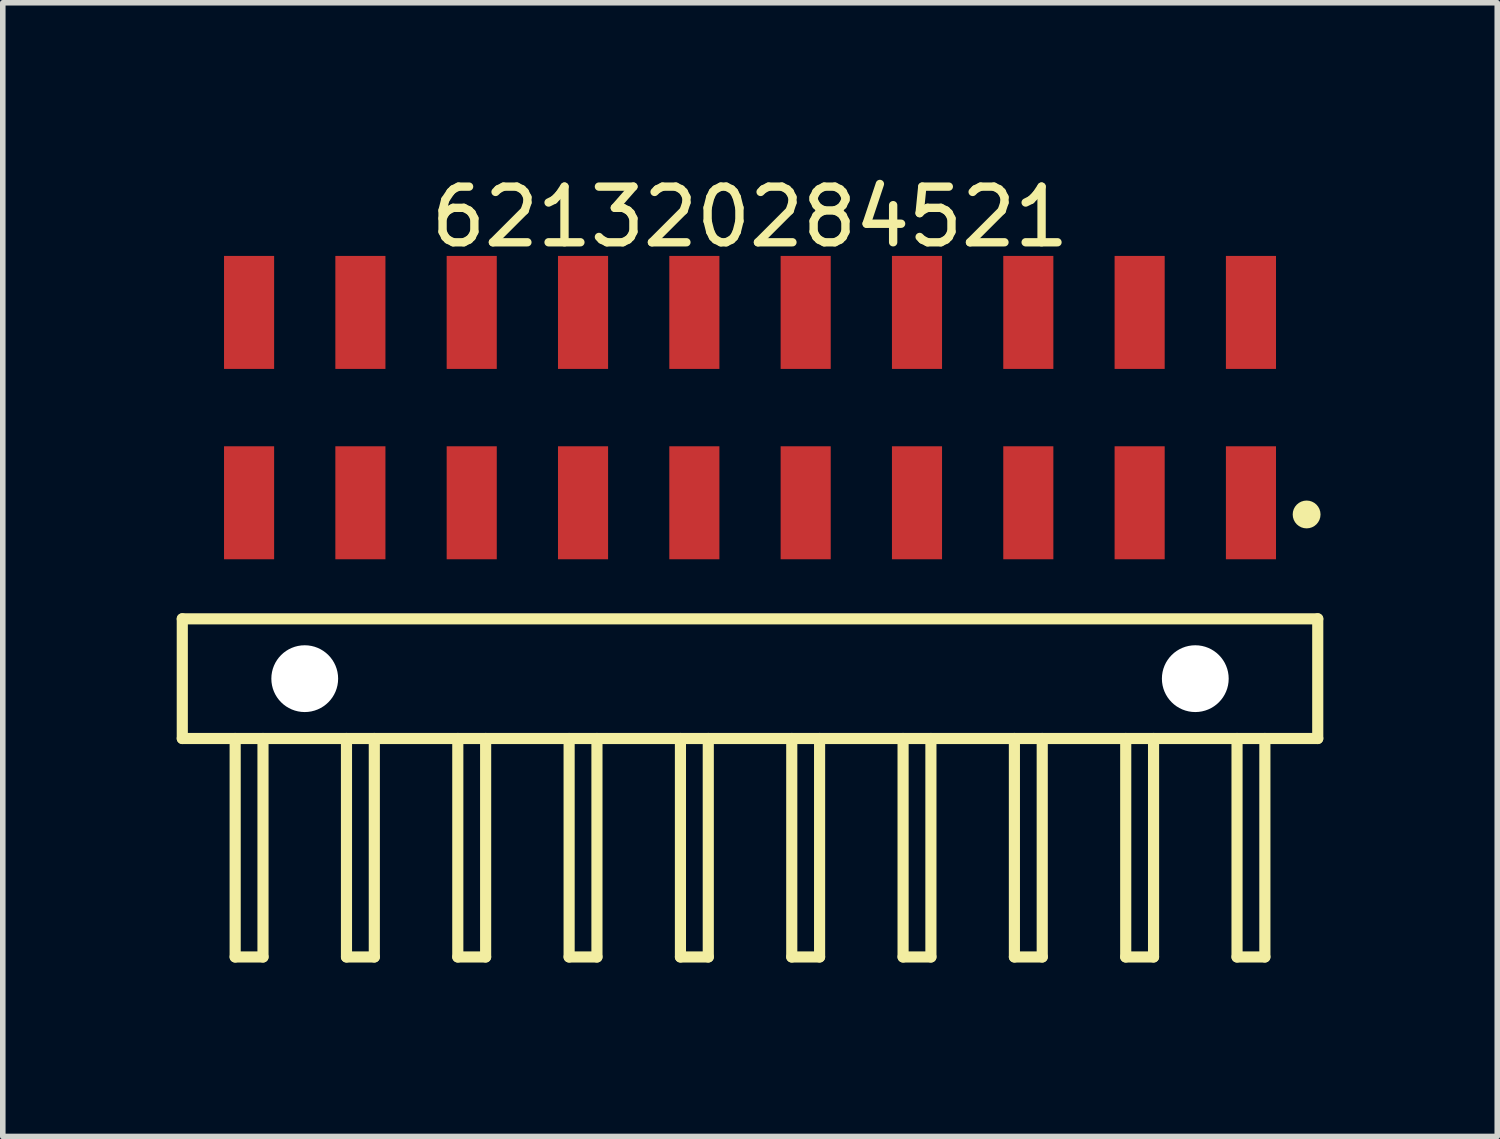
<source format=kicad_pcb>
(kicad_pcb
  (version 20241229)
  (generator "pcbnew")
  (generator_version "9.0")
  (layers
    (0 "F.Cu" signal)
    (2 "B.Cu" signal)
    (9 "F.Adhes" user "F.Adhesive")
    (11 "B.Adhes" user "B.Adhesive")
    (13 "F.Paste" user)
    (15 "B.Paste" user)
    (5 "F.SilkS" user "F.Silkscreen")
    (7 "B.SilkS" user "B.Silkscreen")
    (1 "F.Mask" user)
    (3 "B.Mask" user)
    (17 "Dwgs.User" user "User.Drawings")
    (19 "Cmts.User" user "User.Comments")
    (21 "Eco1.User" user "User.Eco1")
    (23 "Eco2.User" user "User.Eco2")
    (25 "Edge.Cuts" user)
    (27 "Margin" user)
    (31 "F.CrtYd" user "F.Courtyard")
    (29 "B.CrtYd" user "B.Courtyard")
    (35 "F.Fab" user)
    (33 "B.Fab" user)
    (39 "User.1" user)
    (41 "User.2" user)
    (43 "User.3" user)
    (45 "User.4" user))
  (footprint "621320284521"
    (layer "F.Cu")
    (at 10.425 9.143)
    (property "Reference" "621320284521" (at 0.000005 -8.295 0) (layer "F.SilkS") (effects (font (size 1 1) (thickness 0.15))))
    (fp_line (start -10.2 -1.075) (end 10.2 -1.075) (stroke (width 0.2) (type solid)) (layer "F.SilkS"))
    (fp_line (start -10.2 1.075) (end -10.2 -1.075) (stroke (width 0.2) (type solid)) (layer "F.SilkS"))
    (fp_line (start -10.2 1.075) (end 10.2 1.075) (stroke (width 0.2) (type solid)) (layer "F.SilkS"))
    (fp_line (start -9.25 5) (end -9.25 1.075) (stroke (width 0.2) (type solid)) (layer "F.SilkS"))
    (fp_line (start -9.25 5) (end -8.75 5) (stroke (width 0.2) (type solid)) (layer "F.SilkS"))
    (fp_line (start -8.75 5) (end -8.75 1.075) (stroke (width 0.2) (type solid)) (layer "F.SilkS"))
    (fp_line (start -7.25 5) (end -7.25 1.075) (stroke (width 0.2) (type solid)) (layer "F.SilkS"))
    (fp_line (start -7.25 5) (end -6.75 5) (stroke (width 0.2) (type solid)) (layer "F.SilkS"))
    (fp_line (start -6.75 5) (end -6.75 1.075) (stroke (width 0.2) (type solid)) (layer "F.SilkS"))
    (fp_line (start -5.25 5) (end -5.25 1.075) (stroke (width 0.2) (type solid)) (layer "F.SilkS"))
    (fp_line (start -5.25 5) (end -4.75 5) (stroke (width 0.2) (type solid)) (layer "F.SilkS"))
    (fp_line (start -4.75 5) (end -4.75 1.075) (stroke (width 0.2) (type solid)) (layer "F.SilkS"))
    (fp_line (start -3.25 5) (end -3.25 1.075) (stroke (width 0.2) (type solid)) (layer "F.SilkS"))
    (fp_line (start -3.25 5) (end -2.75 5) (stroke (width 0.2) (type solid)) (layer "F.SilkS"))
    (fp_line (start -2.75 5) (end -2.75 1.075) (stroke (width 0.2) (type solid)) (layer "F.SilkS"))
    (fp_line (start -1.25 5) (end -1.25 1.075) (stroke (width 0.2) (type solid)) (layer "F.SilkS"))
    (fp_line (start -1.25 5) (end -0.75 5) (stroke (width 0.2) (type solid)) (layer "F.SilkS"))
    (fp_line (start -0.75 5) (end -0.75 1.075) (stroke (width 0.2) (type solid)) (layer "F.SilkS"))
    (fp_line (start 0.75 5) (end 0.75 1.075) (stroke (width 0.2) (type solid)) (layer "F.SilkS"))
    (fp_line (start 0.75 5) (end 1.25 5) (stroke (width 0.2) (type solid)) (layer "F.SilkS"))
    (fp_line (start 1.25 5) (end 1.25 1.075) (stroke (width 0.2) (type solid)) (layer "F.SilkS"))
    (fp_line (start 2.75 5) (end 2.75 1.075) (stroke (width 0.2) (type solid)) (layer "F.SilkS"))
    (fp_line (start 2.75 5) (end 3.25 5) (stroke (width 0.2) (type solid)) (layer "F.SilkS"))
    (fp_line (start 3.25 5) (end 3.25 1.075) (stroke (width 0.2) (type solid)) (layer "F.SilkS"))
    (fp_line (start 4.75 5) (end 4.75 1.075) (stroke (width 0.2) (type solid)) (layer "F.SilkS"))
    (fp_line (start 4.75 5) (end 5.25 5) (stroke (width 0.2) (type solid)) (layer "F.SilkS"))
    (fp_line (start 5.25 5) (end 5.25 1.075) (stroke (width 0.2) (type solid)) (layer "F.SilkS"))
    (fp_line (start 6.75 5) (end 6.75 1.075) (stroke (width 0.2) (type solid)) (layer "F.SilkS"))
    (fp_line (start 6.75 5) (end 7.25 5) (stroke (width 0.2) (type solid)) (layer "F.SilkS"))
    (fp_line (start 7.25 5) (end 7.25 1.075) (stroke (width 0.2) (type solid)) (layer "F.SilkS"))
    (fp_line (start 8.75 5) (end 8.75 1.075) (stroke (width 0.2) (type solid)) (layer "F.SilkS"))
    (fp_line (start 8.75 5) (end 9.25 5) (stroke (width 0.2) (type solid)) (layer "F.SilkS"))
    (fp_line (start 9.25 5) (end 9.25 1.075) (stroke (width 0.2) (type solid)) (layer "F.SilkS"))
    (fp_line (start 10.2 1.075) (end 10.2 -1.075) (stroke (width 0.2) (type solid)) (layer "F.SilkS"))
    (fp_circle (center 10 -2.95) (end 10 -3.075) (stroke (width 0.25) (type solid)) (fill no) (layer "F.SilkS"))
    (fp_line (start -10.4 -7.795) (end 10.4 -7.795) (stroke (width 0.05) (type solid)) (layer "Eco2.User"))
    (fp_line (start -10.4 5.2) (end -10.4 -7.795) (stroke (width 0.05) (type solid)) (layer "Eco2.User"))
    (fp_line (start -10.4 5.2) (end 10.4 5.2) (stroke (width 0.05) (type solid)) (layer "Eco2.User"))
    (fp_line (start -10 -1) (end 10 -1) (stroke (width 0.1) (type solid)) (layer "Eco2.User"))
    (fp_line (start -10 1) (end -10 -1) (stroke (width 0.1) (type solid)) (layer "Eco2.User"))
    (fp_line (start -10 1) (end 10 1) (stroke (width 0.1) (type solid)) (layer "Eco2.User"))
    (fp_line (start -9.25 -7.22) (end -8.75 -7.22) (stroke (width 0.1) (type solid)) (layer "Eco2.User"))
    (fp_line (start -9.25 -3.8) (end -8.75 -3.8) (stroke (width 0.1) (type solid)) (layer "Eco2.User"))
    (fp_line (start -9.25 -1) (end -9.25 -7.22) (stroke (width 0.1) (type solid)) (layer "Eco2.User"))
    (fp_line (start -9.25 5) (end -9.25 1) (stroke (width 0.1) (type solid)) (layer "Eco2.User"))
    (fp_line (start -9.25 5) (end -8.75 5) (stroke (width 0.1) (type solid)) (layer "Eco2.User"))
    (fp_line (start -8.75 -1) (end -8.75 -7.22) (stroke (width 0.1) (type solid)) (layer "Eco2.User"))
    (fp_line (start -8.75 5) (end -8.75 1) (stroke (width 0.1) (type solid)) (layer "Eco2.User"))
    (fp_line (start -7.25 -7.22) (end -6.75 -7.22) (stroke (width 0.1) (type solid)) (layer "Eco2.User"))
    (fp_line (start -7.25 -3.8) (end -6.75 -3.8) (stroke (width 0.1) (type solid)) (layer "Eco2.User"))
    (fp_line (start -7.25 -1) (end -7.25 -7.22) (stroke (width 0.1) (type solid)) (layer "Eco2.User"))
    (fp_line (start -7.25 5) (end -7.25 1) (stroke (width 0.1) (type solid)) (layer "Eco2.User"))
    (fp_line (start -7.25 5) (end -6.75 5) (stroke (width 0.1) (type solid)) (layer "Eco2.User"))
    (fp_line (start -6.75 -1) (end -6.75 -7.22) (stroke (width 0.1) (type solid)) (layer "Eco2.User"))
    (fp_line (start -6.75 5) (end -6.75 1) (stroke (width 0.1) (type solid)) (layer "Eco2.User"))
    (fp_line (start -5.25 -7.22) (end -4.75 -7.22) (stroke (width 0.1) (type solid)) (layer "Eco2.User"))
    (fp_line (start -5.25 -3.8) (end -4.75 -3.8) (stroke (width 0.1) (type solid)) (layer "Eco2.User"))
    (fp_line (start -5.25 -1) (end -5.25 -7.22) (stroke (width 0.1) (type solid)) (layer "Eco2.User"))
    (fp_line (start -5.25 5) (end -5.25 1) (stroke (width 0.1) (type solid)) (layer "Eco2.User"))
    (fp_line (start -5.25 5) (end -4.75 5) (stroke (width 0.1) (type solid)) (layer "Eco2.User"))
    (fp_line (start -4.75 -1) (end -4.75 -7.22) (stroke (width 0.1) (type solid)) (layer "Eco2.User"))
    (fp_line (start -4.75 5) (end -4.75 1) (stroke (width 0.1) (type solid)) (layer "Eco2.User"))
    (fp_line (start -3.25 -7.22) (end -2.75 -7.22) (stroke (width 0.1) (type solid)) (layer "Eco2.User"))
    (fp_line (start -3.25 -3.8) (end -2.75 -3.8) (stroke (width 0.1) (type solid)) (layer "Eco2.User"))
    (fp_line (start -3.25 -1) (end -3.25 -7.22) (stroke (width 0.1) (type solid)) (layer "Eco2.User"))
    (fp_line (start -3.25 5) (end -3.25 1) (stroke (width 0.1) (type solid)) (layer "Eco2.User"))
    (fp_line (start -3.25 5) (end -2.75 5) (stroke (width 0.1) (type solid)) (layer "Eco2.User"))
    (fp_line (start -2.75 -1) (end -2.75 -7.22) (stroke (width 0.1) (type solid)) (layer "Eco2.User"))
    (fp_line (start -2.75 5) (end -2.75 1) (stroke (width 0.1) (type solid)) (layer "Eco2.User"))
    (fp_line (start -1.25 -7.22) (end -0.75 -7.22) (stroke (width 0.1) (type solid)) (layer "Eco2.User"))
    (fp_line (start -1.25 -3.8) (end -0.75 -3.8) (stroke (width 0.1) (type solid)) (layer "Eco2.User"))
    (fp_line (start -1.25 -1) (end -1.25 -7.22) (stroke (width 0.1) (type solid)) (layer "Eco2.User"))
    (fp_line (start -1.25 5) (end -1.25 1) (stroke (width 0.1) (type solid)) (layer "Eco2.User"))
    (fp_line (start -1.25 5) (end -0.75 5) (stroke (width 0.1) (type solid)) (layer "Eco2.User"))
    (fp_line (start -0.75 -1) (end -0.75 -7.22) (stroke (width 0.1) (type solid)) (layer "Eco2.User"))
    (fp_line (start -0.75 5) (end -0.75 1) (stroke (width 0.1) (type solid)) (layer "Eco2.User"))
    (fp_line (start -0.5 0) (end 0.5 0) (stroke (width 0.05) (type solid)) (layer "Eco2.User"))
    (fp_line (start 0 0.5) (end 0 -0.5) (stroke (width 0.05) (type solid)) (layer "Eco2.User"))
    (fp_line (start 0.75 -7.22) (end 1.25 -7.22) (stroke (width 0.1) (type solid)) (layer "Eco2.User"))
    (fp_line (start 0.75 -3.8) (end 1.25 -3.8) (stroke (width 0.1) (type solid)) (layer "Eco2.User"))
    (fp_line (start 0.75 -1) (end 0.75 -7.22) (stroke (width 0.1) (type solid)) (layer "Eco2.User"))
    (fp_line (start 0.75 5) (end 0.75 1) (stroke (width 0.1) (type solid)) (layer "Eco2.User"))
    (fp_line (start 0.75 5) (end 1.25 5) (stroke (width 0.1) (type solid)) (layer "Eco2.User"))
    (fp_line (start 1.25 -1) (end 1.25 -7.22) (stroke (width 0.1) (type solid)) (layer "Eco2.User"))
    (fp_line (start 1.25 5) (end 1.25 1) (stroke (width 0.1) (type solid)) (layer "Eco2.User"))
    (fp_line (start 2.75 -7.22) (end 3.25 -7.22) (stroke (width 0.1) (type solid)) (layer "Eco2.User"))
    (fp_line (start 2.75 -3.8) (end 3.25 -3.8) (stroke (width 0.1) (type solid)) (layer "Eco2.User"))
    (fp_line (start 2.75 -1) (end 2.75 -7.22) (stroke (width 0.1) (type solid)) (layer "Eco2.User"))
    (fp_line (start 2.75 5) (end 2.75 1) (stroke (width 0.1) (type solid)) (layer "Eco2.User"))
    (fp_line (start 2.75 5) (end 3.25 5) (stroke (width 0.1) (type solid)) (layer "Eco2.User"))
    (fp_line (start 3.25 -1) (end 3.25 -7.22) (stroke (width 0.1) (type solid)) (layer "Eco2.User"))
    (fp_line (start 3.25 5) (end 3.25 1) (stroke (width 0.1) (type solid)) (layer "Eco2.User"))
    (fp_line (start 4.75 -7.22) (end 5.25 -7.22) (stroke (width 0.1) (type solid)) (layer "Eco2.User"))
    (fp_line (start 4.75 -3.8) (end 5.25 -3.8) (stroke (width 0.1) (type solid)) (layer "Eco2.User"))
    (fp_line (start 4.75 -1) (end 4.75 -7.22) (stroke (width 0.1) (type solid)) (layer "Eco2.User"))
    (fp_line (start 4.75 5) (end 4.75 1) (stroke (width 0.1) (type solid)) (layer "Eco2.User"))
    (fp_line (start 4.75 5) (end 5.25 5) (stroke (width 0.1) (type solid)) (layer "Eco2.User"))
    (fp_line (start 5.25 -1) (end 5.25 -7.22) (stroke (width 0.1) (type solid)) (layer "Eco2.User"))
    (fp_line (start 5.25 5) (end 5.25 1) (stroke (width 0.1) (type solid)) (layer "Eco2.User"))
    (fp_line (start 6.75 -7.22) (end 7.25 -7.22) (stroke (width 0.1) (type solid)) (layer "Eco2.User"))
    (fp_line (start 6.75 -3.8) (end 7.25 -3.8) (stroke (width 0.1) (type solid)) (layer "Eco2.User"))
    (fp_line (start 6.75 -1) (end 6.75 -7.22) (stroke (width 0.1) (type solid)) (layer "Eco2.User"))
    (fp_line (start 6.75 5) (end 6.75 1) (stroke (width 0.1) (type solid)) (layer "Eco2.User"))
    (fp_line (start 6.75 5) (end 7.25 5) (stroke (width 0.1) (type solid)) (layer "Eco2.User"))
    (fp_line (start 7.25 -1) (end 7.25 -7.22) (stroke (width 0.1) (type solid)) (layer "Eco2.User"))
    (fp_line (start 7.25 5) (end 7.25 1) (stroke (width 0.1) (type solid)) (layer "Eco2.User"))
    (fp_line (start 8.75 -7.22) (end 9.25 -7.22) (stroke (width 0.1) (type solid)) (layer "Eco2.User"))
    (fp_line (start 8.75 -3.8) (end 9.25 -3.8) (stroke (width 0.1) (type solid)) (layer "Eco2.User"))
    (fp_line (start 8.75 -1) (end 8.75 -7.22) (stroke (width 0.1) (type solid)) (layer "Eco2.User"))
    (fp_line (start 8.75 5) (end 8.75 1) (stroke (width 0.1) (type solid)) (layer "Eco2.User"))
    (fp_line (start 8.75 5) (end 9.25 5) (stroke (width 0.1) (type solid)) (layer "Eco2.User"))
    (fp_line (start 9.25 5) (end 9.25 1) (stroke (width 0.1) (type solid)) (layer "Eco2.User"))
    (fp_line (start 9.25 -1) (end 9.25 -7.22) (stroke (width 0.1) (type solid)) (layer "Eco2.User"))
    (fp_line (start 10 1) (end 10 -1) (stroke (width 0.1) (type solid)) (layer "Eco2.User"))
    (fp_line (start 10.4 5.2) (end 10.4 -7.795) (stroke (width 0.05) (type solid)) (layer "Eco2.User"))
    (fp_text user "${REFERENCE}" (at 0.12 -0.158 0) (unlocked yes) (layer "User.3") (effects (font (size 1.2 1.2) (thickness 0.12))))
    (pad "" np_thru_hole circle (at -8 0 180) (size 1.2 1.2) (drill 1.2) (layers "*.Cu" "*.Mask"))
    (pad "" np_thru_hole circle (at 8 0) (size 1.2 1.2) (drill 1.2) (layers "*.Cu" "*.Mask"))
    (pad "1" smd rect (at 9 -3.16) (size 0.9 2.03) (layers "F.Cu" "F.Mask" "F.Paste"))
    (pad "2" smd rect (at 9 -6.58) (size 0.9 2.03) (layers "F.Cu" "F.Mask" "F.Paste"))
    (pad "3" smd rect (at 7 -3.16) (size 0.9 2.03) (layers "F.Cu" "F.Mask" "F.Paste"))
    (pad "4" smd rect (at 7 -6.58) (size 0.9 2.03) (layers "F.Cu" "F.Mask" "F.Paste"))
    (pad "5" smd rect (at 5 -3.16) (size 0.9 2.03) (layers "F.Cu" "F.Mask" "F.Paste"))
    (pad "6" smd rect (at 5 -6.58) (size 0.9 2.03) (layers "F.Cu" "F.Mask" "F.Paste"))
    (pad "7" smd rect (at 3 -3.16) (size 0.9 2.03) (layers "F.Cu" "F.Mask" "F.Paste"))
    (pad "8" smd rect (at 3 -6.58) (size 0.9 2.03) (layers "F.Cu" "F.Mask" "F.Paste"))
    (pad "9" smd rect (at 1 -3.16) (size 0.9 2.03) (layers "F.Cu" "F.Mask" "F.Paste"))
    (pad "10" smd rect (at 1 -6.58) (size 0.9 2.03) (layers "F.Cu" "F.Mask" "F.Paste"))
    (pad "11" smd rect (at -1 -3.16) (size 0.9 2.03) (layers "F.Cu" "F.Mask" "F.Paste"))
    (pad "12" smd rect (at -1 -6.58) (size 0.9 2.03) (layers "F.Cu" "F.Mask" "F.Paste"))
    (pad "13" smd rect (at -3 -3.16) (size 0.9 2.03) (layers "F.Cu" "F.Mask" "F.Paste"))
    (pad "14" smd rect (at -3 -6.58) (size 0.9 2.03) (layers "F.Cu" "F.Mask" "F.Paste"))
    (pad "15" smd rect (at -5 -3.16) (size 0.9 2.03) (layers "F.Cu" "F.Mask" "F.Paste"))
    (pad "16" smd rect (at -5 -6.58) (size 0.9 2.03) (layers "F.Cu" "F.Mask" "F.Paste"))
    (pad "17" smd rect (at -7 -3.16) (size 0.9 2.03) (layers "F.Cu" "F.Mask" "F.Paste"))
    (pad "18" smd rect (at -7 -6.58) (size 0.9 2.03) (layers "F.Cu" "F.Mask" "F.Paste"))
    (pad "19" smd rect (at -9 -3.16) (size 0.9 2.03) (layers "F.Cu" "F.Mask" "F.Paste"))
    (pad "20" smd rect (at -9 -6.58) (size 0.9 2.03) (layers "F.Cu" "F.Mask" "F.Paste")))
  (gr_rect
    (start -3 -3)
    (end 23.85 17.368)
    (stroke (width 0.1) (type default))
    (fill no)
    (layer "Edge.Cuts")))
</source>
